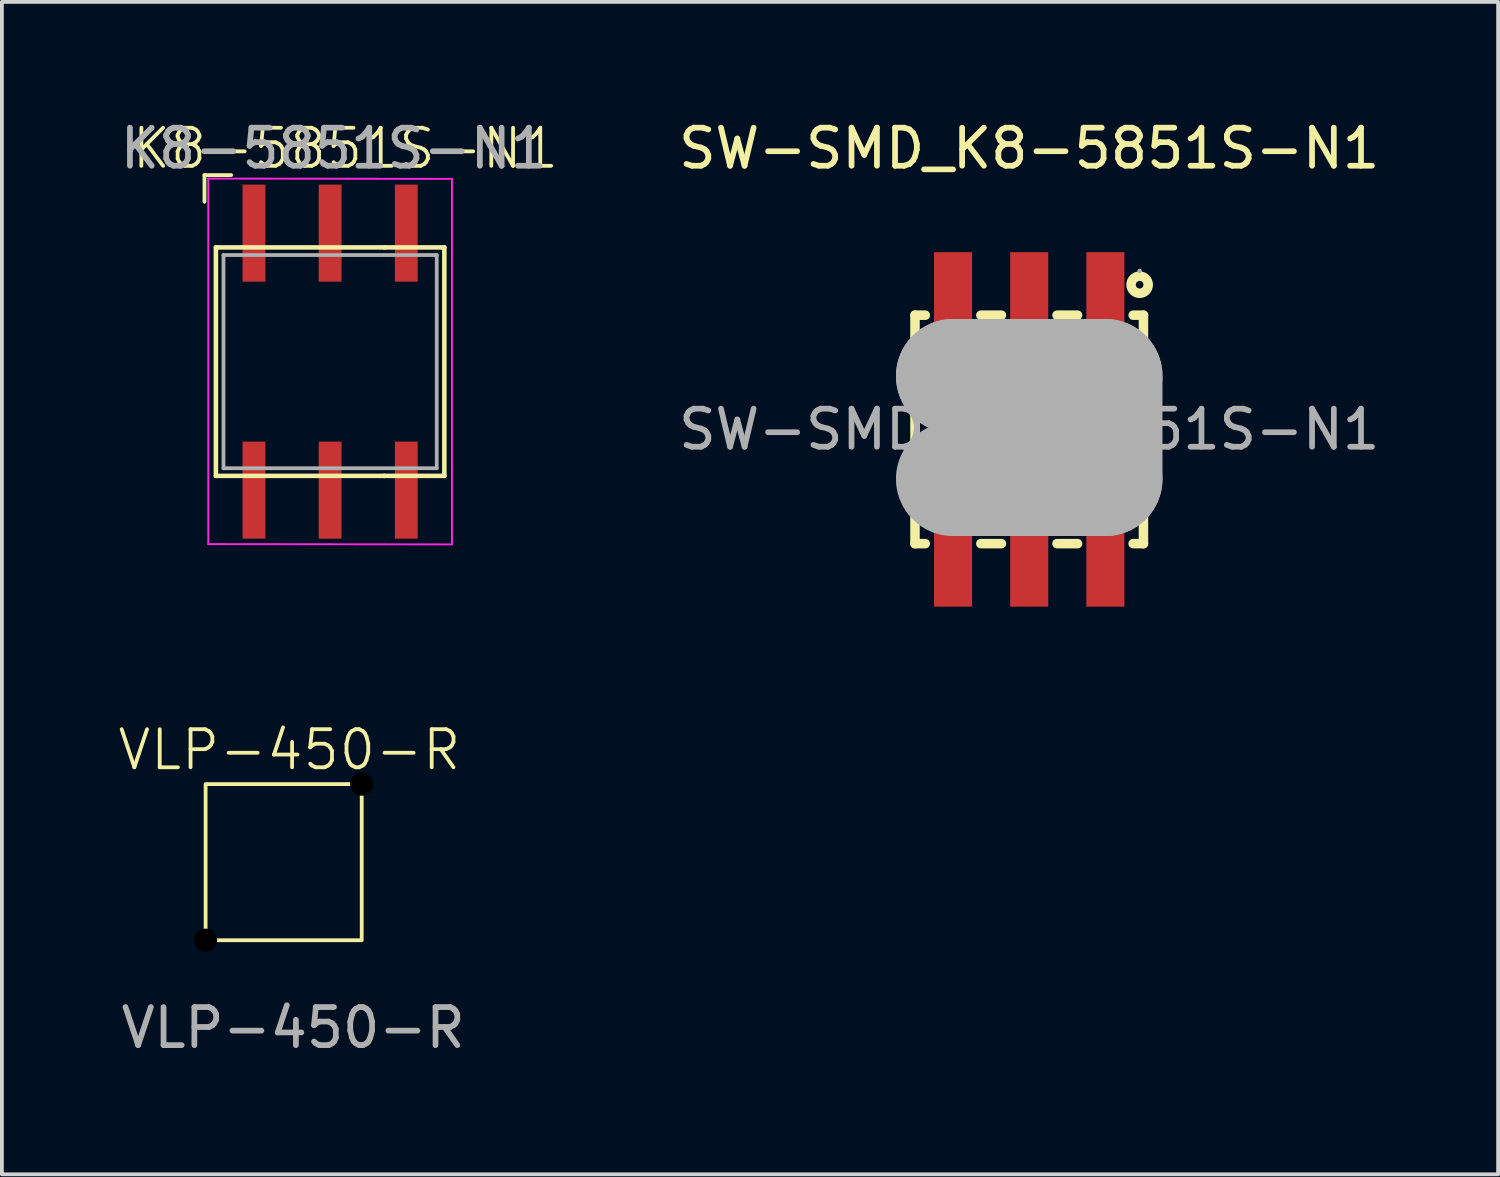
<source format=kicad_pcb>
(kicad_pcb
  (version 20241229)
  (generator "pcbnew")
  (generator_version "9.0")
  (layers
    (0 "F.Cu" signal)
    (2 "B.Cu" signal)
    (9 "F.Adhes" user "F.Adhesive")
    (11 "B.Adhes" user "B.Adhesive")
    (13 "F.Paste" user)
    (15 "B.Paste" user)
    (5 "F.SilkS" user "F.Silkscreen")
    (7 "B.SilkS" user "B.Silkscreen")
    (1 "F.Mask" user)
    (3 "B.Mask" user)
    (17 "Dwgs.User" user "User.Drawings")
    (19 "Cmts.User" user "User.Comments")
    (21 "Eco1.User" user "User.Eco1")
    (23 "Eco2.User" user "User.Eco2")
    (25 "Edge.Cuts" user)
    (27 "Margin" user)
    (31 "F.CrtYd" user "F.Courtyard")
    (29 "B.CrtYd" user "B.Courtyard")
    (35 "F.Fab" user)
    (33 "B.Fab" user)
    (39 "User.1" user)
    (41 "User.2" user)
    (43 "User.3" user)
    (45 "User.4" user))
  (footprint "K8-5851S-N1"
    (layer "F.Cu")
    (at 5.62 6.348)
    (property "Reference" "K8-5851S-N1" (at 0.4 -5.5 0) (unlocked yes) (layer "F.SilkS") (effects (font (size 1 1) (thickness 0.1))))
    (attr smd)
    (fp_line (start -3.3 -4.8) (end -3.3 -4.1) (stroke (width 0.1) (type default)) (layer "F.SilkS"))
    (fp_line (start -3 -2.9) (end -3 3.1) (stroke (width 0.12) (type solid)) (layer "F.SilkS"))
    (fp_line (start -3 3.1) (end 1.425 3.1) (stroke (width 0.12) (type solid)) (layer "F.SilkS"))
    (fp_line (start -2.6 -4.8) (end -3.3 -4.8) (stroke (width 0.1) (type default)) (layer "F.SilkS"))
    (fp_line (start 1.425 -2.9) (end -3 -2.9) (stroke (width 0.12) (type solid)) (layer "F.SilkS"))
    (fp_line (start 3 -2.9) (end 1.425 -2.9) (stroke (width 0.12) (type solid)) (layer "F.SilkS"))
    (fp_line (start 3 -2.9) (end 3 3.1) (stroke (width 0.12) (type solid)) (layer "F.SilkS"))
    (fp_line (start 3 3.1) (end 1.425 3.1) (stroke (width 0.12) (type solid)) (layer "F.SilkS"))
    (fp_line (start -3.2 -4.708) (end -3.2 4.892) (stroke (width 0.05) (type solid)) (layer "F.CrtYd"))
    (fp_line (start -3.2 -4.708) (end 3.2 -4.7) (stroke (width 0.05) (type solid)) (layer "F.CrtYd"))
    (fp_line (start 3.2 -4.7) (end 3.2 4.9) (stroke (width 0.05) (type solid)) (layer "F.CrtYd"))
    (fp_line (start 3.2 4.9) (end -3.2 4.892) (stroke (width 0.05) (type solid)) (layer "F.CrtYd"))
    (fp_line (start -2.8 -2.7) (end 2.8 -2.7) (stroke (width 0.1) (type solid)) (layer "F.Fab"))
    (fp_line (start -2.8 2.9) (end -2.8 -2.7) (stroke (width 0.1) (type solid)) (layer "F.Fab"))
    (fp_line (start 2.8 -2.7) (end 2.8 2.9) (stroke (width 0.1) (type solid)) (layer "F.Fab"))
    (fp_line (start 2.8 2.9) (end -2.8 2.9) (stroke (width 0.1) (type solid)) (layer "F.Fab"))
    (fp_text user "${REFERENCE}" (at 0.1 -5.5 0) (layer "F.Fab") (effects (font (size 1 1) (thickness 0.15))))
    (pad "1" smd rect (at -2 -3.275) (size 0.6 2.55) (layers "F.Cu" "F.Mask" "F.Paste"))
    (pad "2" smd rect (at 0 -3.275) (size 0.6 2.55) (layers "F.Cu" "F.Mask" "F.Paste"))
    (pad "3" smd rect (at 2 -3.275) (size 0.6 2.55) (layers "F.Cu" "F.Mask" "F.Paste"))
    (pad "4" smd rect (at -2 3.475) (size 0.6 2.55) (layers "F.Cu" "F.Mask" "F.Paste"))
    (pad "5" smd rect (at 0 3.475) (size 0.6 2.55) (layers "F.Cu" "F.Mask" "F.Paste"))
    (pad "6" smd rect (at 2 3.475) (size 0.6 2.55) (layers "F.Cu" "F.Mask" "F.Paste")))
  (footprint "VLP-450-R"
    (layer "F.Cu")
    (at 4.45 19.544)
    (property "Reference" "VLP-450-R" (at 0.1 -2.9 0) (unlocked yes) (layer "F.SilkS") (effects (font (size 1 1) (thickness 0.1))))
    (attr smd)
    (fp_rect (start -2.1 -2) (end 2 2.1) (stroke (width 0.1) (type default)) (fill no) (layer "F.SilkS"))
    (fp_text user "${REFERENCE}" (at 0.2 4.4 0) (unlocked yes) (layer "F.Fab") (effects (font (size 1 1) (thickness 0.15))))
    (pad "" np_thru_hole circle (at -2.1 2.1) (size 0.61 0.61) (drill 0.61) (layers "*.Mask"))
    (pad "" np_thru_hole circle (at 2 -2) (size 0.61 0.61) (drill 0.61) (layers "*.Mask")))
  (footprint "SW-SMD_K8-5851S-N1"
    (layer "F.Cu")
    (at 23.981 8.228)
    (property "Reference" "SW-SMD_K8-5851S-N1" (at 0 -7.38 0) (layer "F.SilkS") (effects (font (size 1 1) (thickness 0.15))))
    (attr smd)
    (fp_line (start -3 -3) (end -2.73 -3) (stroke (width 0.25) (type solid)) (layer "F.SilkS"))
    (fp_line (start -3 3) (end -3 -3) (stroke (width 0.25) (type solid)) (layer "F.SilkS"))
    (fp_line (start -2.73 3) (end -3 3) (stroke (width 0.25) (type solid)) (layer "F.SilkS"))
    (fp_line (start -1.27 -3) (end -0.73 -3) (stroke (width 0.25) (type solid)) (layer "F.SilkS"))
    (fp_line (start -0.73 3) (end -1.27 3) (stroke (width 0.25) (type solid)) (layer "F.SilkS"))
    (fp_line (start 0.73 -3) (end 1.27 -3) (stroke (width 0.25) (type solid)) (layer "F.SilkS"))
    (fp_line (start 1.27 3) (end 0.73 3) (stroke (width 0.25) (type solid)) (layer "F.SilkS"))
    (fp_line (start 2.73 -3) (end 3 -3) (stroke (width 0.25) (type solid)) (layer "F.SilkS"))
    (fp_line (start 3 -3) (end 3 3) (stroke (width 0.25) (type solid)) (layer "F.SilkS"))
    (fp_line (start 3 3) (end 2.73 3) (stroke (width 0.25) (type solid)) (layer "F.SilkS"))
    (fp_circle (center 2.9 -3.8) (end 3 -3.8) (stroke (width 0.25) (type solid)) (fill no) (layer "F.SilkS"))
    (fp_line (start -2 -1.4) (end -2 -1.4) (stroke (width 3) (type solid)) (layer "F.Fab"))
    (fp_line (start -2 -1.4) (end 2 -1.4) (stroke (width 3) (type solid)) (layer "F.Fab"))
    (fp_line (start -1.3 -1) (end -1.3 -1) (stroke (width 3) (type solid)) (layer "F.Fab"))
    (fp_line (start -1.3 -1) (end 1.6 -1) (stroke (width 3) (type solid)) (layer "F.Fab"))
    (fp_line (start 1.6 -1) (end 1.6 0.9) (stroke (width 3) (type solid)) (layer "F.Fab"))
    (fp_line (start 1.6 0.9) (end -1.3 0.9) (stroke (width 3) (type solid)) (layer "F.Fab"))
    (fp_line (start 2 -1.4) (end 2 1.3) (stroke (width 3) (type solid)) (layer "F.Fab"))
    (fp_line (start 2 1.3) (end -2 1.3) (stroke (width 3) (type solid)) (layer "F.Fab"))
    (fp_circle (center 2.9 -4.16) (end 2.93 -4.16) (stroke (width 0.06) (type solid)) (fill no) (layer "F.Fab"))
    (fp_text user "${REFERENCE}" (at 0 0 0) (layer "F.Fab") (effects (font (size 1 1) (thickness 0.15))))
    (pad "1" smd rect (at 2 -3.38) (size 1 2.55) (layers "F.Cu" "F.Mask" "F.Paste"))
    (pad "2" smd rect (at 0 -3.38) (size 1 2.55) (layers "F.Cu" "F.Mask" "F.Paste"))
    (pad "3" smd rect (at -2 -3.38) (size 1 2.55) (layers "F.Cu" "F.Mask" "F.Paste"))
    (pad "4" smd rect (at 2 3.38) (size 1 2.55) (layers "F.Cu" "F.Mask" "F.Paste"))
    (pad "5" smd rect (at 0 3.38) (size 1 2.55) (layers "F.Cu" "F.Mask" "F.Paste"))
    (pad "6" smd rect (at -2 3.38) (size 1 2.55) (layers "F.Cu" "F.Mask" "F.Paste")))
  (gr_rect
    (start -3 -3)
    (end 36.296 27.792)
    (stroke (width 0.1) (type default))
    (fill no)
    (layer "Edge.Cuts")))
</source>
